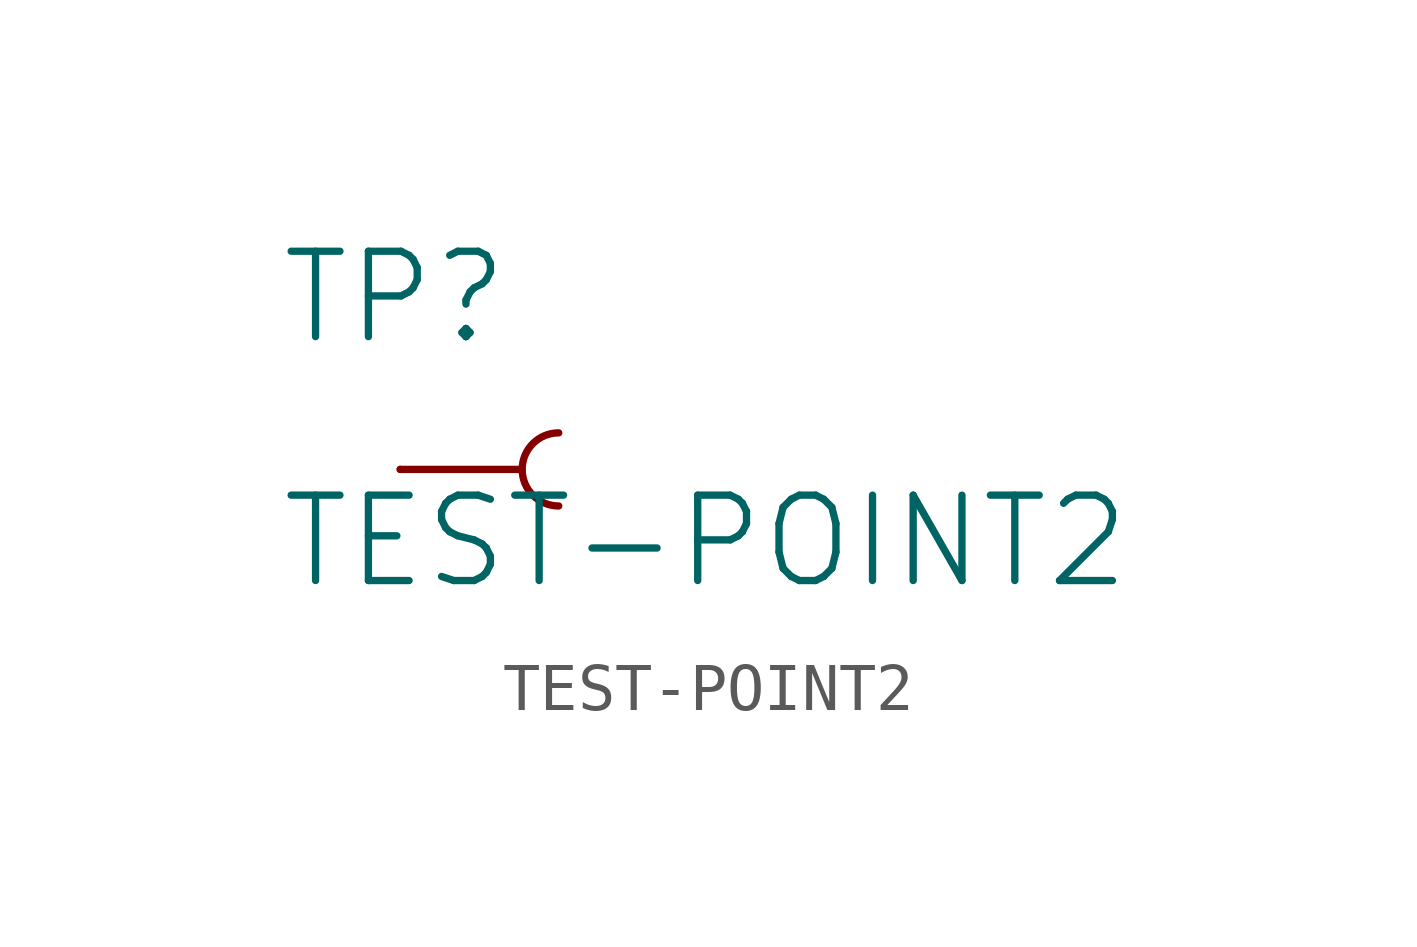
<source format=kicad_sym>
(kicad_symbol_lib
  (version 20211014)
  (generator kicad_symbol_editor)
  (symbol "TEST-POINT2"
    (property "Reference" "TP"
      (at -2.54 2.54 0)
      (effects (font (size 1.778 1.778)) (justify left bottom)))
    (property "Value" "TEST-POINT2"
      (at -2.54 -2.54 0)
      (effects (font (size 1.778 1.778)) (justify left bottom)))
    (property "ki_locked" ""
      (at 0 0 0)
      (effects (font (size 1.27 1.27))))
    (symbol "TEST-POINT2_1_0"
      (polyline (pts (xy 2.54 0) (xy 0 0)) (stroke (width 0.152) (type default) (color 0 0 0 0)) (fill (type none)))
      (arc (start 3.302 0.762) (mid 2.54 0) (end 3.302 -0.762) (stroke (width 0.1524) (type default) (color 0 0 0 0)) (fill (type none)))
      (pin bidirectional line (at 0 0 180) (length 0) (name "1" (effects (font (size 0 0)))) (number "P$1" (effects (font (size 0 0))))))))
</source>
